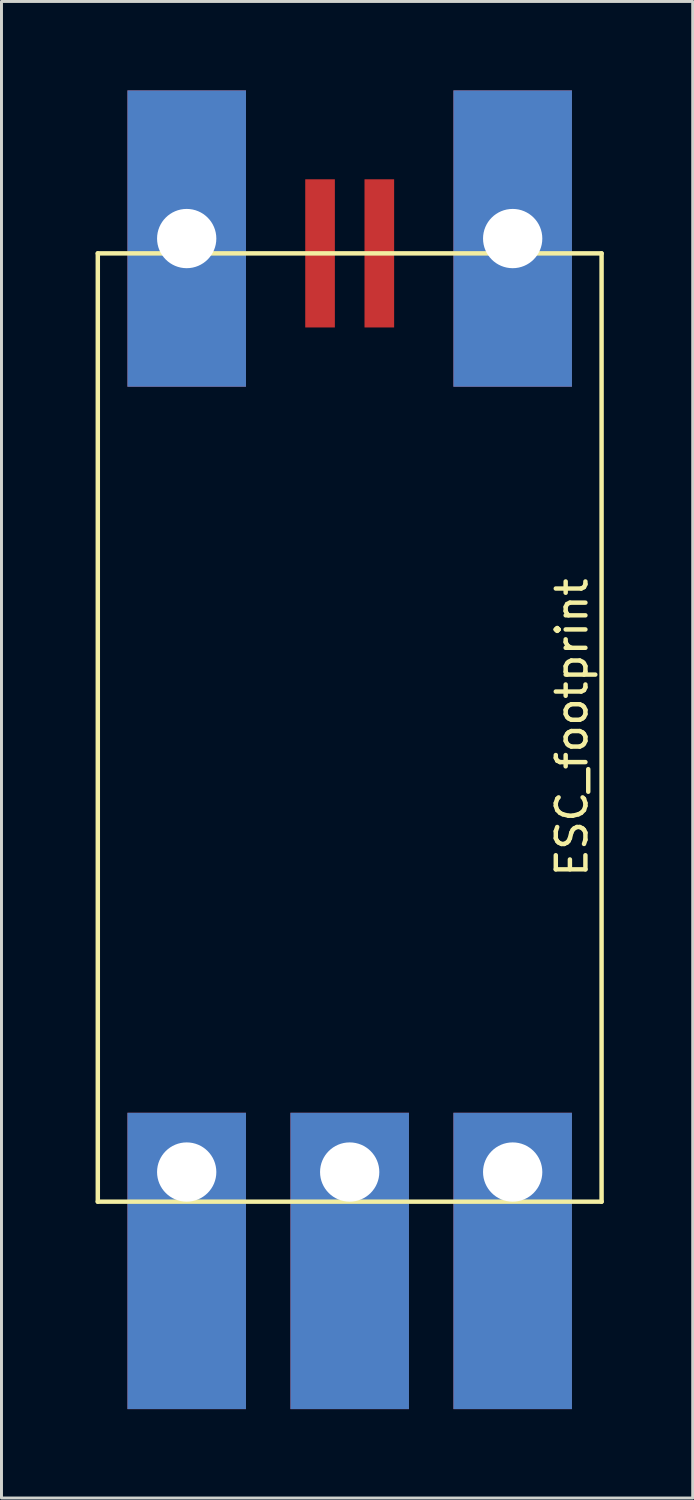
<source format=kicad_pcb>
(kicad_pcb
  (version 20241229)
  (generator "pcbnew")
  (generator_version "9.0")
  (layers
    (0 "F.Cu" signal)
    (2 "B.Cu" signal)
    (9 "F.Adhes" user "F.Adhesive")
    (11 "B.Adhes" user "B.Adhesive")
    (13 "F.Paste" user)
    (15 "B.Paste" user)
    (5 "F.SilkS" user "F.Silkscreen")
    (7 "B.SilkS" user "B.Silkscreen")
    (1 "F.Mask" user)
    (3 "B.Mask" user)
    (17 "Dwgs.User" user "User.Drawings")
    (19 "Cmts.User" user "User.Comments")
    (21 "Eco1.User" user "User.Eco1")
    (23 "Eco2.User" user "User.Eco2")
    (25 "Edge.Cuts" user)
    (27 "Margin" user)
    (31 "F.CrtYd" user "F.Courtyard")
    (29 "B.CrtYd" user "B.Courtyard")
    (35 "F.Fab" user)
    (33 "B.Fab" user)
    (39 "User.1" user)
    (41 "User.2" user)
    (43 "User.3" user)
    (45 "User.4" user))
  (footprint "ESC_footprint"
    (layer "F.Cu")
    (at 0.25 37.5)
    (property "Reference" "ESC_footprint" (at 16 -16 90) (layer "F.SilkS") (effects (font (size 1 1) (thickness 0.15))))
    (attr through_hole)
    (fp_line (start 0 -32) (end 0 0) (stroke (width 0.15) (type solid)) (layer "F.SilkS"))
    (fp_line (start 0 0) (end 17 0) (stroke (width 0.15) (type solid)) (layer "F.SilkS"))
    (fp_line (start 17 -32) (end 0 -32) (stroke (width 0.15) (type solid)) (layer "F.SilkS"))
    (fp_line (start 17 0) (end 17 -32) (stroke (width 0.15) (type solid)) (layer "F.SilkS"))
    (pad "1" thru_hole rect (at 14 -1) (size 4 10) (drill 2 (offset 0 3)) (layers "*.Cu" "*.Mask"))
    (pad "2" thru_hole rect (at 8.5 -1) (size 4 10) (drill 2 (offset 0 3)) (layers "*.Cu" "*.Mask"))
    (pad "3" thru_hole rect (at 3 -1) (size 4 10) (drill 2 (offset 0 3)) (layers "*.Cu" "*.Mask"))
    (pad "4" smd rect (at 7.5 -32) (size 1 5) (layers "F.Cu" "F.Mask" "F.Paste"))
    (pad "5" smd rect (at 9.5 -32) (size 1 5) (layers "F.Cu" "F.Mask" "F.Paste"))
    (pad "6" thru_hole rect (at 3 -32.5) (size 4 10) (drill 2) (layers "*.Cu" "*.Mask"))
    (pad "7" thru_hole rect (at 14 -32.5) (size 4 10) (drill 2) (layers "*.Cu" "*.Mask")))
  (gr_rect
    (start -3 -3)
    (end 20.325 47.5)
    (stroke (width 0.1) (type default))
    (fill no)
    (layer "Edge.Cuts")))
</source>
